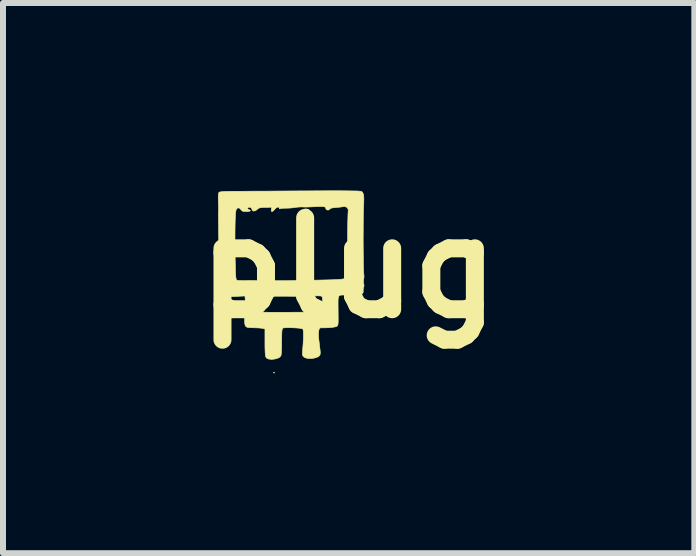
<source format=kicad_pcb>
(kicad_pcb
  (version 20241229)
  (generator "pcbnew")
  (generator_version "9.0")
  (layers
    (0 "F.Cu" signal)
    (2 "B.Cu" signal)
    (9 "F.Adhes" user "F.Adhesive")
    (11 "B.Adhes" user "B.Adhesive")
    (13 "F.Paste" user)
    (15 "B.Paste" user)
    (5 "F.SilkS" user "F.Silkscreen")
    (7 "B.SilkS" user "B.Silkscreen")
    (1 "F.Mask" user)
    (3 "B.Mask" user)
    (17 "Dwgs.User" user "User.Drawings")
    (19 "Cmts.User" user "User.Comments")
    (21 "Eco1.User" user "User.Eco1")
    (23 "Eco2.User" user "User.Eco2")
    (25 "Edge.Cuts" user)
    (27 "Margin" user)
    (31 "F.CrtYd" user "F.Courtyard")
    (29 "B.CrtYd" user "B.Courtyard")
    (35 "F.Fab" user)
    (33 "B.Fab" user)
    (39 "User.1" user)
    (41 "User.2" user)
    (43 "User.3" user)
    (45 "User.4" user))
  (footprint "plug"
    (layer "F.Cu")
    (at 2.765 1.418)
    (property "Reference" "plug" (at 0 0 0) (layer "F.SilkS") (effects (font (size 1.524 1.524) (thickness 0.3))))
    (attr through_hole)
    (fp_poly (pts (xy -1.236 1.744) (xy -1.238 1.752) (xy -1.245 1.753) (xy -1.255 1.748) (xy -1.253 1.744) (xy -1.238 1.743) (xy -1.236 1.744)) (stroke (width 0.01) (type solid)) (fill yes) (layer "F.SilkS"))
    (fp_poly (pts (xy -0.668 -0.973) (xy -0.659 -0.964) (xy -0.675 -0.954) (xy -0.693 -0.948) (xy -0.718 -0.945) (xy -0.728 -0.948) (xy -0.739 -0.969) (xy -0.729 -0.982) (xy -0.702 -0.983) (xy -0.668 -0.973)) (stroke (width 0.01) (type solid)) (fill yes) (layer "F.SilkS"))
    (fp_poly (pts (xy -0.125 -1.286) (xy -0.03 -1.285) (xy 0.046 -1.284) (xy 0.107 -1.283) (xy 0.152 -1.282) (xy 0.185 -1.279) (xy 0.206 -1.277) (xy 0.217 -1.274) (xy 0.219 -1.273) (xy 0.235 -1.254) (xy 0.246 -1.227) (xy 0.252 -1.188) (xy 0.253 -1.133) (xy 0.251 -1.058) (xy 0.249 -1.016) (xy 0.247 -0.968) (xy 0.245 -0.901) (xy 0.244 -0.819) (xy 0.243 -0.726) (xy 0.243 -0.625) (xy 0.242 -0.519) (xy 0.242 -0.412) (xy 0.243 -0.307) (xy 0.244 -0.206) (xy 0.245 -0.115) (xy 0.246 -0.036) (xy 0.248 0.028) (xy 0.25 0.073) (xy 0.252 0.095) (xy 0.256 0.14) (xy 0.252 0.184) (xy 0.25 0.189) (xy 0.246 0.233) (xy 0.251 0.259) (xy 0.256 0.297) (xy 0.252 0.317) (xy 0.243 0.351) (xy 0.242 0.374) (xy 0.242 0.407) (xy 0.232 0.426) (xy 0.205 0.439) (xy 0.191 0.444) (xy 0.149 0.453) (xy 0.09 0.456) (xy 0.009 0.455) (xy 0.000028 0.454) (xy -0.064 0.452) (xy -0.108 0.452) (xy -0.136 0.455) (xy -0.154 0.462) (xy -0.16 0.467) (xy -0.167 0.478) (xy -0.172 0.495) (xy -0.176 0.524) (xy -0.177 0.567) (xy -0.177 0.628) (xy -0.176 0.71) (xy -0.176 0.721) (xy -0.175 0.804) (xy -0.175 0.865) (xy -0.175 0.908) (xy -0.178 0.937) (xy -0.182 0.955) (xy -0.189 0.966) (xy -0.195 0.972) (xy -0.222 0.983) (xy -0.269 0.991) (xy -0.327 0.997) (xy -0.392 0.999) (xy -0.431 0.999) (xy -0.466 0.999) (xy -0.484 1.006) (xy -0.494 1.026) (xy -0.499 1.048) (xy -0.504 1.091) (xy -0.503 1.143) (xy -0.501 1.168) (xy -0.495 1.219) (xy -0.489 1.269) (xy -0.487 1.289) (xy -0.481 1.336) (xy -0.475 1.383) (xy -0.475 1.386) (xy -0.473 1.424) (xy -0.48 1.455) (xy -0.481 1.457) (xy -0.506 1.481) (xy -0.549 1.498) (xy -0.601 1.509) (xy -0.656 1.511) (xy -0.706 1.505) (xy -0.743 1.489) (xy -0.747 1.485) (xy -0.764 1.466) (xy -0.771 1.444) (xy -0.771 1.41) (xy -0.769 1.386) (xy -0.76 1.273) (xy -0.755 1.179) (xy -0.754 1.105) (xy -0.756 1.052) (xy -0.763 1.023) (xy -0.766 1.018) (xy -0.786 1.011) (xy -0.826 1.005) (xy -0.877 1.001) (xy -0.935 0.998) (xy -0.993 0.997) (xy -1.044 0.997) (xy -1.082 1) (xy -1.102 1.006) (xy -1.108 1.02) (xy -1.113 1.05) (xy -1.116 1.1) (xy -1.117 1.171) (xy -1.118 1.226) (xy -1.118 1.299) (xy -1.12 1.364) (xy -1.123 1.417) (xy -1.127 1.454) (xy -1.13 1.465) (xy -1.151 1.49) (xy -1.19 1.509) (xy -1.239 1.521) (xy -1.291 1.525) (xy -1.337 1.519) (xy -1.366 1.506) (xy -1.375 1.497) (xy -1.383 1.482) (xy -1.388 1.46) (xy -1.392 1.426) (xy -1.394 1.378) (xy -1.396 1.313) (xy -1.396 1.228) (xy -1.396 1.16) (xy -1.396 1.019) (xy -1.432 1.009) (xy -1.46 1.005) (xy -1.505 1.001) (xy -1.561 0.999) (xy -1.587 0.998) (xy -1.641 0.997) (xy -1.681 0.993) (xy -1.708 0.983) (xy -1.725 0.962) (xy -1.733 0.929) (xy -1.735 0.879) (xy -1.733 0.809) (xy -1.73 0.754) (xy -1.726 0.684) (xy -1.724 0.618) (xy -1.724 0.607) (xy -1.459 0.607) (xy -1.459 0.66) (xy -1.458 0.703) (xy -1.456 0.73) (xy -1.455 0.736) (xy -1.441 0.737) (xy -1.405 0.739) (xy -1.35 0.74) (xy -1.277 0.74) (xy -1.189 0.741) (xy -1.09 0.741) (xy -0.982 0.74) (xy -0.952 0.74) (xy -0.82 0.739) (xy -0.712 0.738) (xy -0.625 0.737) (xy -0.558 0.735) (xy -0.508 0.733) (xy -0.474 0.73) (xy -0.453 0.726) (xy -0.443 0.722) (xy -0.443 0.721) (xy -0.436 0.699) (xy -0.433 0.66) (xy -0.432 0.611) (xy -0.433 0.561) (xy -0.437 0.517) (xy -0.442 0.485) (xy -0.448 0.473) (xy -0.468 0.468) (xy -0.508 0.466) (xy -0.564 0.467) (xy -0.591 0.468) (xy -0.665 0.471) (xy -0.75 0.473) (xy -0.828 0.474) (xy -0.845 0.474) (xy -0.964 0.473) (xy -1.077 0.472) (xy -1.179 0.472) (xy -1.268 0.473) (xy -1.342 0.474) (xy -1.397 0.475) (xy -1.432 0.477) (xy -1.442 0.478) (xy -1.451 0.489) (xy -1.456 0.515) (xy -1.459 0.559) (xy -1.459 0.607) (xy -1.724 0.607) (xy -1.724 0.564) (xy -1.725 0.527) (xy -1.725 0.522) (xy -1.73 0.468) (xy -1.905 0.477) (xy -1.982 0.48) (xy -2.039 0.481) (xy -2.079 0.478) (xy -2.107 0.473) (xy -2.119 0.469) (xy -2.158 0.452) (xy -2.159 0.153) (xy -2.16 0.056) (xy -2.161 -0.059) (xy -2.163 -0.184) (xy -2.164 -0.313) (xy -2.166 -0.437) (xy -2.166 -0.438) (xy -1.896 -0.438) (xy -1.895 -0.302) (xy -1.893 -0.158) (xy -1.891 -0.079) (xy -1.889 0.014) (xy -1.887 0.084) (xy -1.884 0.135) (xy -1.88 0.169) (xy -1.876 0.191) (xy -1.869 0.202) (xy -1.867 0.204) (xy -1.846 0.209) (xy -1.805 0.212) (xy -1.749 0.213) (xy -1.695 0.211) (xy -1.634 0.21) (xy -1.579 0.211) (xy -1.538 0.213) (xy -1.518 0.217) (xy -1.488 0.221) (xy -1.473 0.218) (xy -1.452 0.215) (xy -1.413 0.212) (xy -1.363 0.211) (xy -1.34 0.211) (xy -1.28 0.212) (xy -1.223 0.213) (xy -1.178 0.214) (xy -1.168 0.214) (xy -1.134 0.214) (xy -1.078 0.214) (xy -1.002 0.213) (xy -0.909 0.211) (xy -0.804 0.209) (xy -0.688 0.207) (xy -0.565 0.205) (xy -0.437 0.202) (xy -0.343 0.2) (xy -0.242 0.197) (xy -0.164 0.193) (xy -0.107 0.187) (xy -0.066 0.179) (xy -0.041 0.168) (xy -0.027 0.154) (xy -0.023 0.141) (xy -0.023 0.124) (xy -0.022 0.085) (xy -0.022 0.026) (xy -0.021 -0.051) (xy -0.02 -0.141) (xy -0.02 -0.243) (xy -0.019 -0.353) (xy -0.019 -0.4) (xy -0.018 -0.514) (xy -0.017 -0.62) (xy -0.016 -0.716) (xy -0.014 -0.8) (xy -0.012 -0.867) (xy -0.01 -0.917) (xy -0.008 -0.944) (xy -0.008 -0.949) (xy -0.009 -0.981) (xy -0.028 -1.008) (xy -0.059 -1.023) (xy -0.087 -1.023) (xy -0.116 -1.017) (xy -0.162 -1.012) (xy -0.213 -1.007) (xy -0.214 -1.007) (xy -0.271 -1.001) (xy -0.305 -0.991) (xy -0.313 -0.983) (xy -0.33 -0.967) (xy -0.354 -0.965) (xy -0.374 -0.974) (xy -0.381 -0.99) (xy -0.384 -1.005) (xy -0.396 -1.016) (xy -0.42 -1.022) (xy -0.461 -1.024) (xy -0.521 -1.022) (xy -0.552 -1.021) (xy -0.62 -1.018) (xy -0.668 -1.016) (xy -0.703 -1.015) (xy -0.731 -1.015) (xy -0.76 -1.016) (xy -0.787 -1.017) (xy -0.838 -1.015) (xy -0.892 -1.009) (xy -0.902 -1.007) (xy -0.945 -1.001) (xy -1 -0.997) (xy -1.051 -0.996) (xy -1.097 -0.995) (xy -1.131 -0.991) (xy -1.148 -0.985) (xy -1.148 -0.984) (xy -1.153 -0.983) (xy -1.155 -0.994) (xy -1.164 -1.013) (xy -1.184 -1.014) (xy -1.211 -1) (xy -1.232 -0.978) (xy -1.259 -0.949) (xy -1.28 -0.94) (xy -1.291 -0.95) (xy -1.29 -0.976) (xy -1.282 -1.012) (xy -1.388 -1.009) (xy -1.441 -1.008) (xy -1.476 -1.003) (xy -1.5 -0.995) (xy -1.519 -0.982) (xy -1.526 -0.974) (xy -1.557 -0.953) (xy -1.586 -0.948) (xy -1.607 -0.959) (xy -1.613 -0.979) (xy -1.624 -1) (xy -1.648 -1.012) (xy -1.673 -1.011) (xy -1.676 -1.01) (xy -1.689 -0.993) (xy -1.677 -0.978) (xy -1.664 -0.972) (xy -1.641 -0.96) (xy -1.641 -0.95) (xy -1.663 -0.943) (xy -1.703 -0.94) (xy -1.707 -0.94) (xy -1.749 -0.941) (xy -1.774 -0.949) (xy -1.791 -0.964) (xy -1.796 -0.972) (xy -1.823 -0.998) (xy -1.85 -1.001) (xy -1.872 -0.98) (xy -1.881 -0.954) (xy -1.886 -0.916) (xy -1.89 -0.856) (xy -1.893 -0.776) (xy -1.895 -0.678) (xy -1.896 -0.564) (xy -1.896 -0.438) (xy -2.166 -0.438) (xy -2.168 -0.527) (xy -2.169 -0.624) (xy -2.17 -0.715) (xy -2.171 -0.794) (xy -2.172 -0.86) (xy -2.172 -0.909) (xy -2.172 -0.936) (xy -2.171 -0.94) (xy -2.17 -0.973) (xy -2.17 -1.016) (xy -2.171 -1.029) (xy -2.172 -1.074) (xy -2.174 -1.13) (xy -2.175 -1.165) (xy -2.174 -1.22) (xy -2.166 -1.253) (xy -2.162 -1.26) (xy -2.149 -1.266) (xy -2.122 -1.27) (xy -2.078 -1.274) (xy -2.015 -1.276) (xy -1.931 -1.277) (xy -1.882 -1.278) (xy -1.824 -1.278) (xy -1.744 -1.278) (xy -1.644 -1.279) (xy -1.527 -1.28) (xy -1.396 -1.28) (xy -1.254 -1.281) (xy -1.104 -1.282) (xy -0.949 -1.283) (xy -0.791 -1.284) (xy -0.71 -1.284) (xy -0.529 -1.285) (xy -0.373 -1.286) (xy -0.238 -1.286) (xy -0.125 -1.286)) (stroke (width 0.01) (type solid)) (fill yes) (layer "F.SilkS")))
  (gr_rect
    (start -3 -3)
    (end 8.53 6.176)
    (stroke (width 0.1) (type default))
    (fill no)
    (layer "Edge.Cuts")))
</source>
